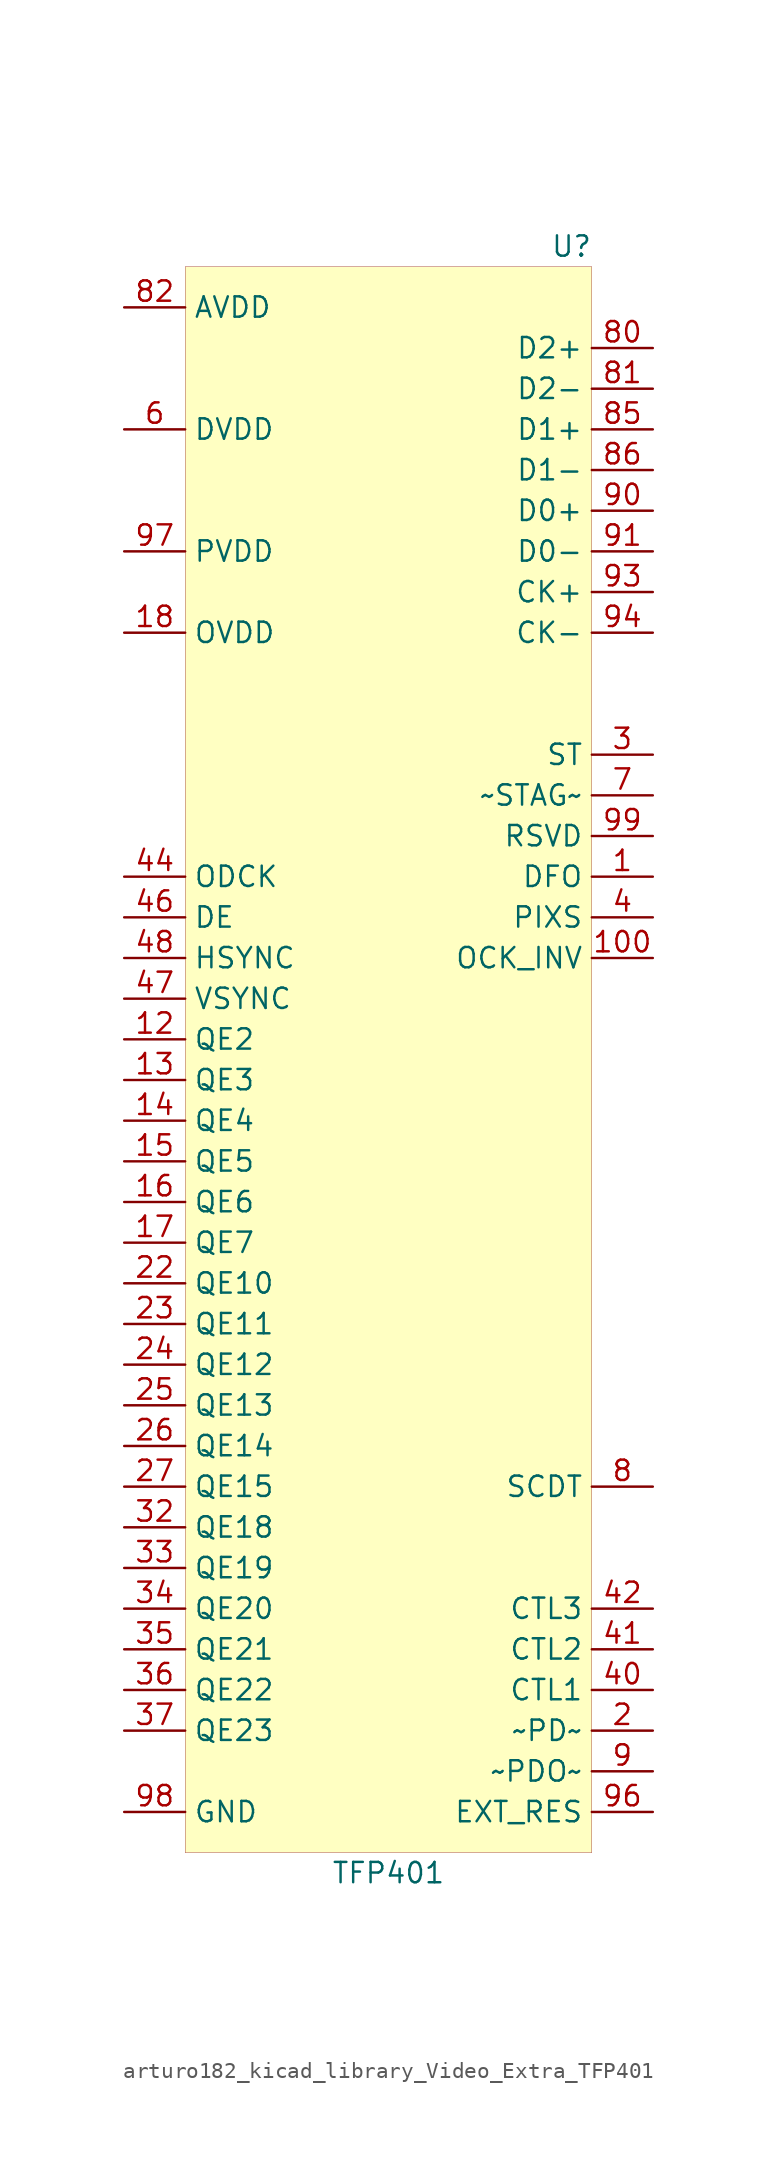
<source format=kicad_sym>
(kicad_symbol_lib
  (version 20220914)
  (generator kicad_symbol_editor)
  (symbol "Video_Extra:arturo182_kicad_library_Video_Extra_TFP401"
    (property "Reference" "U"
      (at 11.43 57.15 0)
      (effects (font (size 1.27 1.27))))
    (property "Value" "TFP401"
      (at 0 -44.45 0)
      (effects (font (size 1.27 1.27))))
    (symbol "arturo182_kicad_library_Video_Extra_TFP401_0_0"
      (pin passive line (at -16.51 -40.64 0) (length 3.81) hide (name "GND" (effects (font (size 1.27 1.27)))) (number "79" (effects (font (size 1.27 1.27)))))
      (pin passive line (at -16.51 -40.64 0) (length 3.81) hide (name "GND" (effects (font (size 1.27 1.27)))) (number "83" (effects (font (size 1.27 1.27)))))
      (pin passive line (at -16.51 -40.64 0) (length 3.81) hide (name "GND" (effects (font (size 1.27 1.27)))) (number "87" (effects (font (size 1.27 1.27)))))
      (pin passive line (at -16.51 -40.64 0) (length 3.81) hide (name "GND" (effects (font (size 1.27 1.27)))) (number "89" (effects (font (size 1.27 1.27)))))
      (pin passive line (at -16.51 -40.64 0) (length 3.81) hide (name "GND" (effects (font (size 1.27 1.27)))) (number "92" (effects (font (size 1.27 1.27)))))
      (pin input line (at -16.51 53.34 0) (length 3.81) (name "AVDD" (effects (font (size 1.27 1.27)))) (number "82" (effects (font (size 1.27 1.27)))))
      (pin passive line (at -16.51 53.34 0) (length 3.81) hide (name "AVDD" (effects (font (size 1.27 1.27)))) (number "84" (effects (font (size 1.27 1.27)))))
      (pin passive line (at -16.51 53.34 0) (length 3.81) hide (name "AVDD" (effects (font (size 1.27 1.27)))) (number "88" (effects (font (size 1.27 1.27)))))
      (pin passive line (at -16.51 53.34 0) (length 3.81) hide (name "AVDD" (effects (font (size 1.27 1.27)))) (number "95" (effects (font (size 1.27 1.27)))))
      (pin output line (at 16.51 -27.94 180) (length 3.81) (name "CTL3" (effects (font (size 1.27 1.27)))) (number "42" (effects (font (size 1.27 1.27)))))
      (pin output line (at 16.51 -30.48 180) (length 3.81) (name "CTL2" (effects (font (size 1.27 1.27)))) (number "41" (effects (font (size 1.27 1.27)))))
      (pin output line (at 16.51 -33.02 180) (length 3.81) (name "CTL1" (effects (font (size 1.27 1.27)))) (number "40" (effects (font (size 1.27 1.27)))))
      (pin output line (at -16.51 15.24 0) (length 3.81) (name "DE" (effects (font (size 1.27 1.27)))) (number "46" (effects (font (size 1.27 1.27)))))
      (pin input line (at 16.51 17.78 180) (length 3.81) (name "DFO" (effects (font (size 1.27 1.27)))) (number "1" (effects (font (size 1.27 1.27)))))
      (pin passive line (at -16.51 -40.64 0) (length 3.81) hide (name "GND" (effects (font (size 1.27 1.27)))) (number "5" (effects (font (size 1.27 1.27)))))
      (pin passive line (at -16.51 -40.64 0) (length 3.81) hide (name "GND" (effects (font (size 1.27 1.27)))) (number "39" (effects (font (size 1.27 1.27)))))
      (pin passive line (at -16.51 -40.64 0) (length 3.81) hide (name "GND" (effects (font (size 1.27 1.27)))) (number "68" (effects (font (size 1.27 1.27)))))
      (pin input line (at -16.51 45.72 0) (length 3.81) (name "DVDD" (effects (font (size 1.27 1.27)))) (number "6" (effects (font (size 1.27 1.27)))))
      (pin passive line (at -16.51 45.72 0) (length 3.81) hide (name "DVDD" (effects (font (size 1.27 1.27)))) (number "38" (effects (font (size 1.27 1.27)))))
      (pin passive line (at -16.51 45.72 0) (length 3.81) hide (name "DVDD" (effects (font (size 1.27 1.27)))) (number "67" (effects (font (size 1.27 1.27)))))
      (pin input line (at 16.51 -40.64 180) (length 3.81) (name "EXT_RES" (effects (font (size 1.27 1.27)))) (number "96" (effects (font (size 1.27 1.27)))))
      (pin output line (at -16.51 12.7 0) (length 3.81) (name "HSYNC" (effects (font (size 1.27 1.27)))) (number "48" (effects (font (size 1.27 1.27)))))
      (pin input line (at 16.51 20.32 180) (length 3.81) (name "RSVD" (effects (font (size 1.27 1.27)))) (number "99" (effects (font (size 1.27 1.27)))))
      (pin input line (at -16.51 33.02 0) (length 3.81) (name "OVDD" (effects (font (size 1.27 1.27)))) (number "18" (effects (font (size 1.27 1.27)))))
      (pin passive line (at -16.51 33.02 0) (length 3.81) hide (name "OVDD" (effects (font (size 1.27 1.27)))) (number "29" (effects (font (size 1.27 1.27)))))
      (pin passive line (at -16.51 33.02 0) (length 3.81) hide (name "OVDD" (effects (font (size 1.27 1.27)))) (number "43" (effects (font (size 1.27 1.27)))))
      (pin passive line (at -16.51 33.02 0) (length 3.81) hide (name "OVDD" (effects (font (size 1.27 1.27)))) (number "57" (effects (font (size 1.27 1.27)))))
      (pin passive line (at -16.51 33.02 0) (length 3.81) hide (name "OVDD" (effects (font (size 1.27 1.27)))) (number "78" (effects (font (size 1.27 1.27)))))
      (pin output line (at -16.51 17.78 0) (length 3.81) (name "ODCK" (effects (font (size 1.27 1.27)))) (number "44" (effects (font (size 1.27 1.27)))))
      (pin passive line (at -16.51 -40.64 0) (length 3.81) hide (name "GND" (effects (font (size 1.27 1.27)))) (number "19" (effects (font (size 1.27 1.27)))))
      (pin passive line (at -16.51 -40.64 0) (length 3.81) hide (name "GND" (effects (font (size 1.27 1.27)))) (number "28" (effects (font (size 1.27 1.27)))))
      (pin passive line (at -16.51 -40.64 0) (length 3.81) hide (name "GND" (effects (font (size 1.27 1.27)))) (number "45" (effects (font (size 1.27 1.27)))))
      (pin passive line (at -16.51 -40.64 0) (length 3.81) hide (name "GND" (effects (font (size 1.27 1.27)))) (number "58" (effects (font (size 1.27 1.27)))))
      (pin passive line (at -16.51 -40.64 0) (length 3.81) hide (name "GND" (effects (font (size 1.27 1.27)))) (number "76" (effects (font (size 1.27 1.27)))))
      (pin input line (at 16.51 12.7 180) (length 3.81) (name "OCK_INV" (effects (font (size 1.27 1.27)))) (number "100" (effects (font (size 1.27 1.27)))))
      (pin input line (at 16.51 -35.56 180) (length 3.81) (name "~PD~" (effects (font (size 1.27 1.27)))) (number "2" (effects (font (size 1.27 1.27)))))
      (pin input line (at 16.51 -38.1 180) (length 3.81) (name "~PDO~" (effects (font (size 1.27 1.27)))) (number "9" (effects (font (size 1.27 1.27)))))
      (pin power_in line (at -16.51 -40.64 0) (length 3.81) (name "GND" (effects (font (size 1.27 1.27)))) (number "98" (effects (font (size 1.27 1.27)))))
      (pin input line (at 16.51 15.24 180) (length 3.81) (name "PIXS" (effects (font (size 1.27 1.27)))) (number "4" (effects (font (size 1.27 1.27)))))
      (pin input line (at -16.51 38.1 0) (length 3.81) (name "PVDD" (effects (font (size 1.27 1.27)))) (number "97" (effects (font (size 1.27 1.27)))))
      (pin unconnected line (at -2.54 -31.75 0) (length 3.81) hide (name "QE8" (effects (font (size 1.27 1.27)))) (number "20" (effects (font (size 1.27 1.27)))))
      (pin unconnected line (at -2.54 -34.29 0) (length 3.81) hide (name "QE9" (effects (font (size 1.27 1.27)))) (number "21" (effects (font (size 1.27 1.27)))))
      (pin output line (at -16.51 -7.62 0) (length 3.81) (name "QE10" (effects (font (size 1.27 1.27)))) (number "22" (effects (font (size 1.27 1.27)))))
      (pin output line (at -16.51 -10.16 0) (length 3.81) (name "QE11" (effects (font (size 1.27 1.27)))) (number "23" (effects (font (size 1.27 1.27)))))
      (pin output line (at -16.51 -12.7 0) (length 3.81) (name "QE12" (effects (font (size 1.27 1.27)))) (number "24" (effects (font (size 1.27 1.27)))))
      (pin output line (at -16.51 -15.24 0) (length 3.81) (name "QE13" (effects (font (size 1.27 1.27)))) (number "25" (effects (font (size 1.27 1.27)))))
      (pin output line (at -16.51 -17.78 0) (length 3.81) (name "QE14" (effects (font (size 1.27 1.27)))) (number "26" (effects (font (size 1.27 1.27)))))
      (pin output line (at -16.51 -20.32 0) (length 3.81) (name "QE15" (effects (font (size 1.27 1.27)))) (number "27" (effects (font (size 1.27 1.27)))))
      (pin unconnected line (at -2.54 -36.83 0) (length 3.81) hide (name "QE16" (effects (font (size 1.27 1.27)))) (number "30" (effects (font (size 1.27 1.27)))))
      (pin unconnected line (at -2.54 -39.37 0) (length 3.81) hide (name "QE17" (effects (font (size 1.27 1.27)))) (number "31" (effects (font (size 1.27 1.27)))))
      (pin output line (at -16.51 -22.86 0) (length 3.81) (name "QE18" (effects (font (size 1.27 1.27)))) (number "32" (effects (font (size 1.27 1.27)))))
      (pin output line (at -16.51 -25.4 0) (length 3.81) (name "QE19" (effects (font (size 1.27 1.27)))) (number "33" (effects (font (size 1.27 1.27)))))
      (pin output line (at -16.51 -27.94 0) (length 3.81) (name "QE20" (effects (font (size 1.27 1.27)))) (number "34" (effects (font (size 1.27 1.27)))))
      (pin output line (at -16.51 -30.48 0) (length 3.81) (name "QE21" (effects (font (size 1.27 1.27)))) (number "35" (effects (font (size 1.27 1.27)))))
      (pin output line (at -16.51 -33.02 0) (length 3.81) (name "QE22" (effects (font (size 1.27 1.27)))) (number "36" (effects (font (size 1.27 1.27)))))
      (pin output line (at -16.51 -35.56 0) (length 3.81) (name "QE23" (effects (font (size 1.27 1.27)))) (number "37" (effects (font (size 1.27 1.27)))))
      (pin unconnected line (at -2.54 34.29 0) (length 3.81) hide (name "QO0" (effects (font (size 1.27 1.27)))) (number "49" (effects (font (size 1.27 1.27)))))
      (pin unconnected line (at -2.54 31.75 0) (length 3.81) hide (name "QO1" (effects (font (size 1.27 1.27)))) (number "50" (effects (font (size 1.27 1.27)))))
      (pin unconnected line (at -2.54 29.21 0) (length 3.81) hide (name "QO2" (effects (font (size 1.27 1.27)))) (number "51" (effects (font (size 1.27 1.27)))))
      (pin unconnected line (at -2.54 26.67 0) (length 3.81) hide (name "QO3" (effects (font (size 1.27 1.27)))) (number "52" (effects (font (size 1.27 1.27)))))
      (pin unconnected line (at -2.54 24.13 0) (length 3.81) hide (name "QO4" (effects (font (size 1.27 1.27)))) (number "53" (effects (font (size 1.27 1.27)))))
      (pin unconnected line (at -2.54 21.59 0) (length 3.81) hide (name "QO5" (effects (font (size 1.27 1.27)))) (number "54" (effects (font (size 1.27 1.27)))))
      (pin unconnected line (at -2.54 19.05 0) (length 3.81) hide (name "QO6" (effects (font (size 1.27 1.27)))) (number "55" (effects (font (size 1.27 1.27)))))
      (pin unconnected line (at -2.54 16.51 0) (length 3.81) hide (name "QO7" (effects (font (size 1.27 1.27)))) (number "56" (effects (font (size 1.27 1.27)))))
      (pin unconnected line (at -2.54 13.97 0) (length 3.81) hide (name "QO8" (effects (font (size 1.27 1.27)))) (number "59" (effects (font (size 1.27 1.27)))))
      (pin unconnected line (at -2.54 11.43 0) (length 3.81) hide (name "QO9" (effects (font (size 1.27 1.27)))) (number "60" (effects (font (size 1.27 1.27)))))
      (pin unconnected line (at -2.54 8.89 0) (length 3.81) hide (name "QO10" (effects (font (size 1.27 1.27)))) (number "61" (effects (font (size 1.27 1.27)))))
      (pin unconnected line (at -2.54 6.35 0) (length 3.81) hide (name "QO11" (effects (font (size 1.27 1.27)))) (number "62" (effects (font (size 1.27 1.27)))))
      (pin unconnected line (at -2.54 3.81 0) (length 3.81) hide (name "QO12" (effects (font (size 1.27 1.27)))) (number "63" (effects (font (size 1.27 1.27)))))
      (pin unconnected line (at -2.54 1.27 0) (length 3.81) hide (name "QO13" (effects (font (size 1.27 1.27)))) (number "64" (effects (font (size 1.27 1.27)))))
      (pin unconnected line (at -2.54 -1.27 0) (length 3.81) hide (name "QO14" (effects (font (size 1.27 1.27)))) (number "65" (effects (font (size 1.27 1.27)))))
      (pin unconnected line (at -2.54 -3.81 0) (length 3.81) hide (name "QO15" (effects (font (size 1.27 1.27)))) (number "66" (effects (font (size 1.27 1.27)))))
      (pin unconnected line (at -2.54 -6.35 0) (length 3.81) hide (name "QO16" (effects (font (size 1.27 1.27)))) (number "69" (effects (font (size 1.27 1.27)))))
      (pin unconnected line (at -2.54 -8.89 0) (length 3.81) hide (name "QO17" (effects (font (size 1.27 1.27)))) (number "70" (effects (font (size 1.27 1.27)))))
      (pin unconnected line (at -2.54 -11.43 0) (length 3.81) hide (name "QO18" (effects (font (size 1.27 1.27)))) (number "71" (effects (font (size 1.27 1.27)))))
      (pin unconnected line (at -2.54 -13.97 0) (length 3.81) hide (name "QO19" (effects (font (size 1.27 1.27)))) (number "72" (effects (font (size 1.27 1.27)))))
      (pin unconnected line (at -2.54 -16.51 0) (length 3.81) hide (name "QO20" (effects (font (size 1.27 1.27)))) (number "73" (effects (font (size 1.27 1.27)))))
      (pin unconnected line (at -2.54 -19.05 0) (length 3.81) hide (name "QO21" (effects (font (size 1.27 1.27)))) (number "74" (effects (font (size 1.27 1.27)))))
      (pin unconnected line (at -2.54 -21.59 0) (length 3.81) hide (name "QO22" (effects (font (size 1.27 1.27)))) (number "75" (effects (font (size 1.27 1.27)))))
      (pin unconnected line (at -2.54 -24.13 0) (length 3.81) hide (name "QO23" (effects (font (size 1.27 1.27)))) (number "77" (effects (font (size 1.27 1.27)))))
      (pin unconnected line (at -2.54 -26.67 0) (length 3.81) hide (name "QE0" (effects (font (size 1.27 1.27)))) (number "10" (effects (font (size 1.27 1.27)))))
      (pin unconnected line (at -2.54 -29.21 0) (length 3.81) hide (name "QE1" (effects (font (size 1.27 1.27)))) (number "11" (effects (font (size 1.27 1.27)))))
      (pin output line (at -16.51 7.62 0) (length 3.81) (name "QE2" (effects (font (size 1.27 1.27)))) (number "12" (effects (font (size 1.27 1.27)))))
      (pin output line (at -16.51 5.08 0) (length 3.81) (name "QE3" (effects (font (size 1.27 1.27)))) (number "13" (effects (font (size 1.27 1.27)))))
      (pin output line (at -16.51 2.54 0) (length 3.81) (name "QE4" (effects (font (size 1.27 1.27)))) (number "14" (effects (font (size 1.27 1.27)))))
      (pin output line (at -16.51 0 0) (length 3.81) (name "QE5" (effects (font (size 1.27 1.27)))) (number "15" (effects (font (size 1.27 1.27)))))
      (pin output line (at -16.51 -2.54 0) (length 3.81) (name "QE6" (effects (font (size 1.27 1.27)))) (number "16" (effects (font (size 1.27 1.27)))))
      (pin output line (at -16.51 -5.08 0) (length 3.81) (name "QE7" (effects (font (size 1.27 1.27)))) (number "17" (effects (font (size 1.27 1.27)))))
      (pin bidirectional line (at 16.51 35.56 180) (length 3.81) (name "CK+" (effects (font (size 1.27 1.27)))) (number "93" (effects (font (size 1.27 1.27)))))
      (pin bidirectional line (at 16.51 33.02 180) (length 3.81) (name "CK-" (effects (font (size 1.27 1.27)))) (number "94" (effects (font (size 1.27 1.27)))))
      (pin bidirectional line (at 16.51 40.64 180) (length 3.81) (name "D0+" (effects (font (size 1.27 1.27)))) (number "90" (effects (font (size 1.27 1.27)))))
      (pin bidirectional line (at 16.51 38.1 180) (length 3.81) (name "D0-" (effects (font (size 1.27 1.27)))) (number "91" (effects (font (size 1.27 1.27)))))
      (pin bidirectional line (at 16.51 45.72 180) (length 3.81) (name "D1+" (effects (font (size 1.27 1.27)))) (number "85" (effects (font (size 1.27 1.27)))))
      (pin bidirectional line (at 16.51 43.18 180) (length 3.81) (name "D1-" (effects (font (size 1.27 1.27)))) (number "86" (effects (font (size 1.27 1.27)))))
      (pin bidirectional line (at 16.51 50.8 180) (length 3.81) (name "D2+" (effects (font (size 1.27 1.27)))) (number "80" (effects (font (size 1.27 1.27)))))
      (pin bidirectional line (at 16.51 48.26 180) (length 3.81) (name "D2-" (effects (font (size 1.27 1.27)))) (number "81" (effects (font (size 1.27 1.27)))))
      (pin output line (at 16.51 -20.32 180) (length 3.81) (name "SCDT" (effects (font (size 1.27 1.27)))) (number "8" (effects (font (size 1.27 1.27)))))
      (pin input line (at 16.51 25.4 180) (length 3.81) (name "ST" (effects (font (size 1.27 1.27)))) (number "3" (effects (font (size 1.27 1.27)))))
      (pin input line (at 16.51 22.86 180) (length 3.81) (name "~STAG~" (effects (font (size 1.27 1.27)))) (number "7" (effects (font (size 1.27 1.27)))))
      (pin output line (at -16.51 10.16 0) (length 3.81) (name "VSYNC" (effects (font (size 1.27 1.27)))) (number "47" (effects (font (size 1.27 1.27)))))
      (pin passive line (at -16.51 -40.64 0) (length 3.81) hide (name "GND" (effects (font (size 1.27 1.27)))) (number "101" (effects (font (size 1.27 1.27))))))
    (symbol "arturo182_kicad_library_Video_Extra_TFP401_0_1"
      (rectangle (start -12.7 55.88) (end 12.7 -43.18) (stroke (width 0.001)) (fill (type background))))))
</source>
